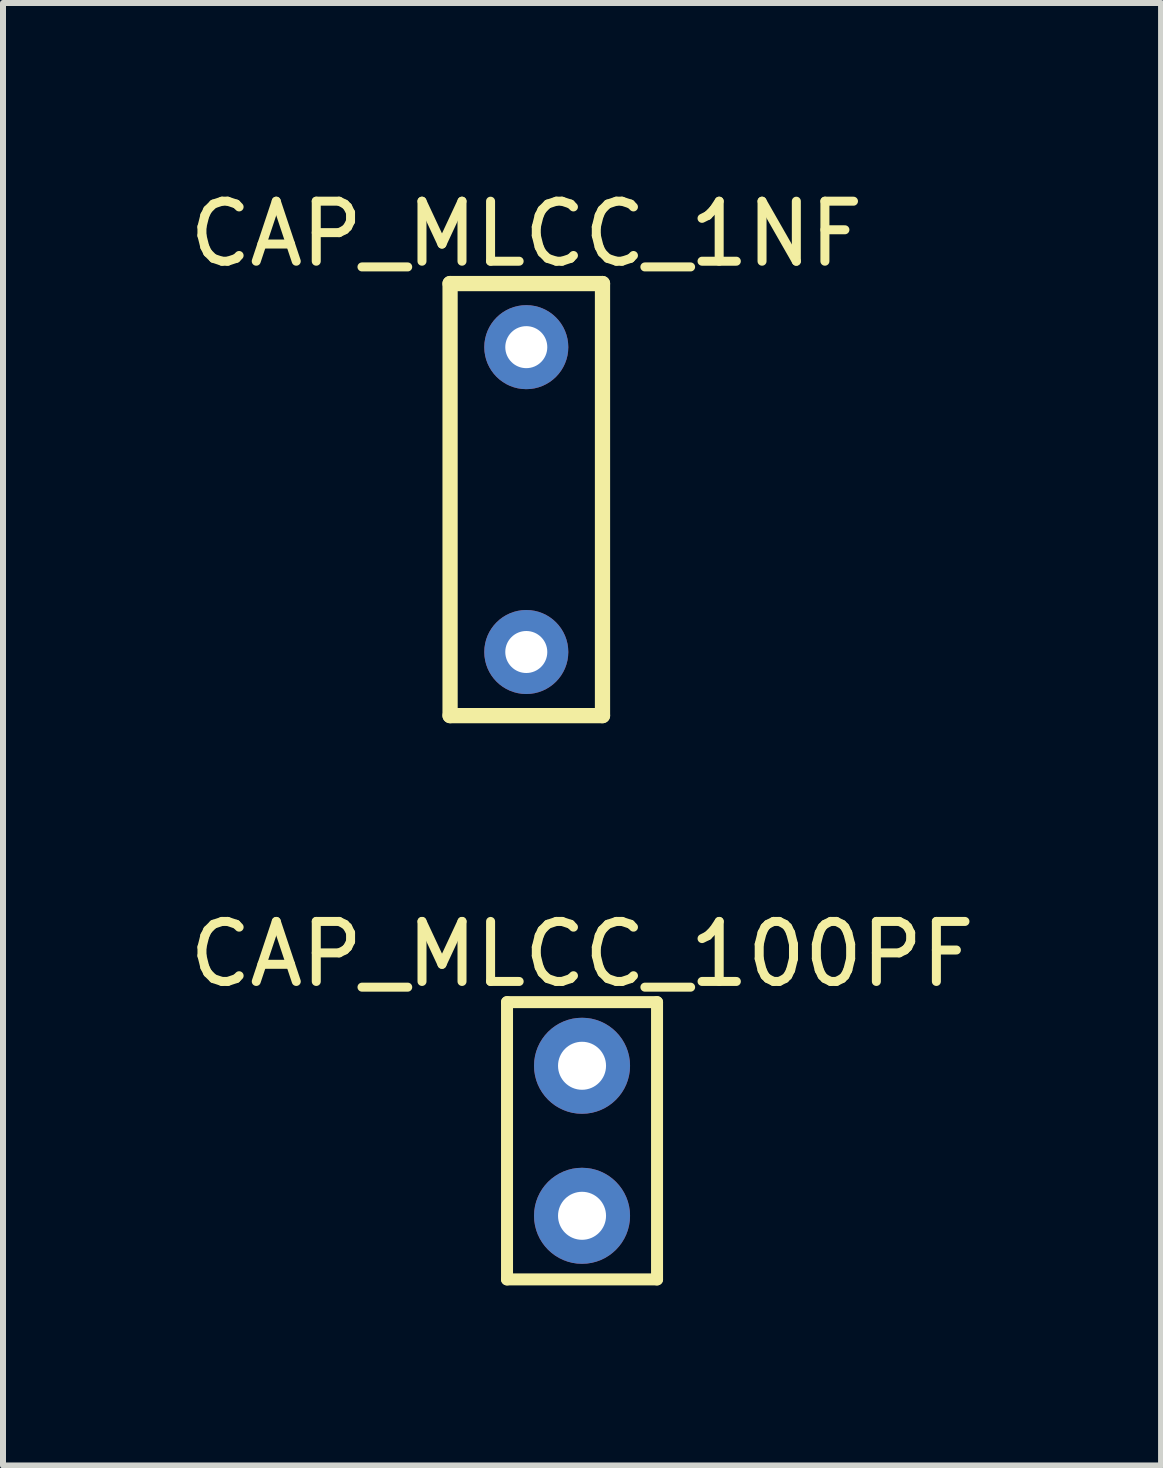
<source format=kicad_pcb>
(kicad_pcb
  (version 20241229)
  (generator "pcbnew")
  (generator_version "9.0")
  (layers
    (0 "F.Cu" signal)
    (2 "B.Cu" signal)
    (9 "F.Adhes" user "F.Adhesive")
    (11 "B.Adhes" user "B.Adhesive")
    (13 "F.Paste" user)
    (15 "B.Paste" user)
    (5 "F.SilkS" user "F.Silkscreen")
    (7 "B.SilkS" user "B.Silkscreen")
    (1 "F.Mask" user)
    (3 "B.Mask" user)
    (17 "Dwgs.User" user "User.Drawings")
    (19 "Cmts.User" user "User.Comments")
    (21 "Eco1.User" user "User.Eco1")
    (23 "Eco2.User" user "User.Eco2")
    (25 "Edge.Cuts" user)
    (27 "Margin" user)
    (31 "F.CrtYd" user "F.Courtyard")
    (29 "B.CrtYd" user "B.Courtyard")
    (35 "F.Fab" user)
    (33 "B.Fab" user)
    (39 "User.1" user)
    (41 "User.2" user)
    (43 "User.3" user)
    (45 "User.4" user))
  (footprint "CAP_MLCC_1NF"
    (layer "F.Cu")
    (at 5.72 5.275)
    (property "Reference" "CAP_MLCC_1NF" (at 0 -4.427 0) (layer "F.SilkS") (effects (font (size 1 1) (thickness 0.15))))
    (fp_line (start -1.27 -3.6) (end 1.27 -3.6) (stroke (width 0.254) (type solid)) (layer "F.SilkS"))
    (fp_line (start -1.27 3.6) (end -1.27 -3.6) (stroke (width 0.254) (type solid)) (layer "F.SilkS"))
    (fp_line (start -1.27 3.6) (end 1.27 3.6) (stroke (width 0.254) (type solid)) (layer "F.SilkS"))
    (fp_line (start 1.27 3.6) (end 1.27 -3.6) (stroke (width 0.254) (type solid)) (layer "F.SilkS"))
    (pad "1" thru_hole circle (at 0 -2.54) (size 1.4 1.4) (drill 0.7) (layers "*.Cu" "*.Mask"))
    (pad "2" thru_hole circle (at 0 2.54) (size 1.4 1.4) (drill 0.7) (layers "*.Cu" "*.Mask")))
  (footprint "CAP_MLCC_100PF"
    (layer "F.Cu")
    (at 6.649 15.96)
    (property "Reference" "CAP_MLCC_100PF" (at 0.000005 -3.11 0) (layer "F.SilkS") (effects (font (size 1 1) (thickness 0.15))))
    (fp_line (start -1.25 -2.31) (end 1.25 -2.31) (stroke (width 0.2) (type solid)) (layer "F.SilkS"))
    (fp_line (start -1.25 2.31) (end -1.25 -2.31) (stroke (width 0.2) (type solid)) (layer "F.SilkS"))
    (fp_line (start -1.25 2.31) (end 1.25 2.31) (stroke (width 0.2) (type solid)) (layer "F.SilkS"))
    (fp_line (start 1.25 2.31) (end 1.25 -2.31) (stroke (width 0.2) (type solid)) (layer "F.SilkS"))
    (pad "1" thru_hole circle (at 0 -1.25) (size 1.6 1.6) (drill 0.8) (layers "*.Cu" "*.Mask"))
    (pad "2" thru_hole circle (at 0 1.25) (size 1.6 1.6) (drill 0.8) (layers "*.Cu" "*.Mask")))
  (gr_rect
    (start -3 -3)
    (end 16.298 21.37)
    (stroke (width 0.1) (type default))
    (fill no)
    (layer "Edge.Cuts")))
</source>
